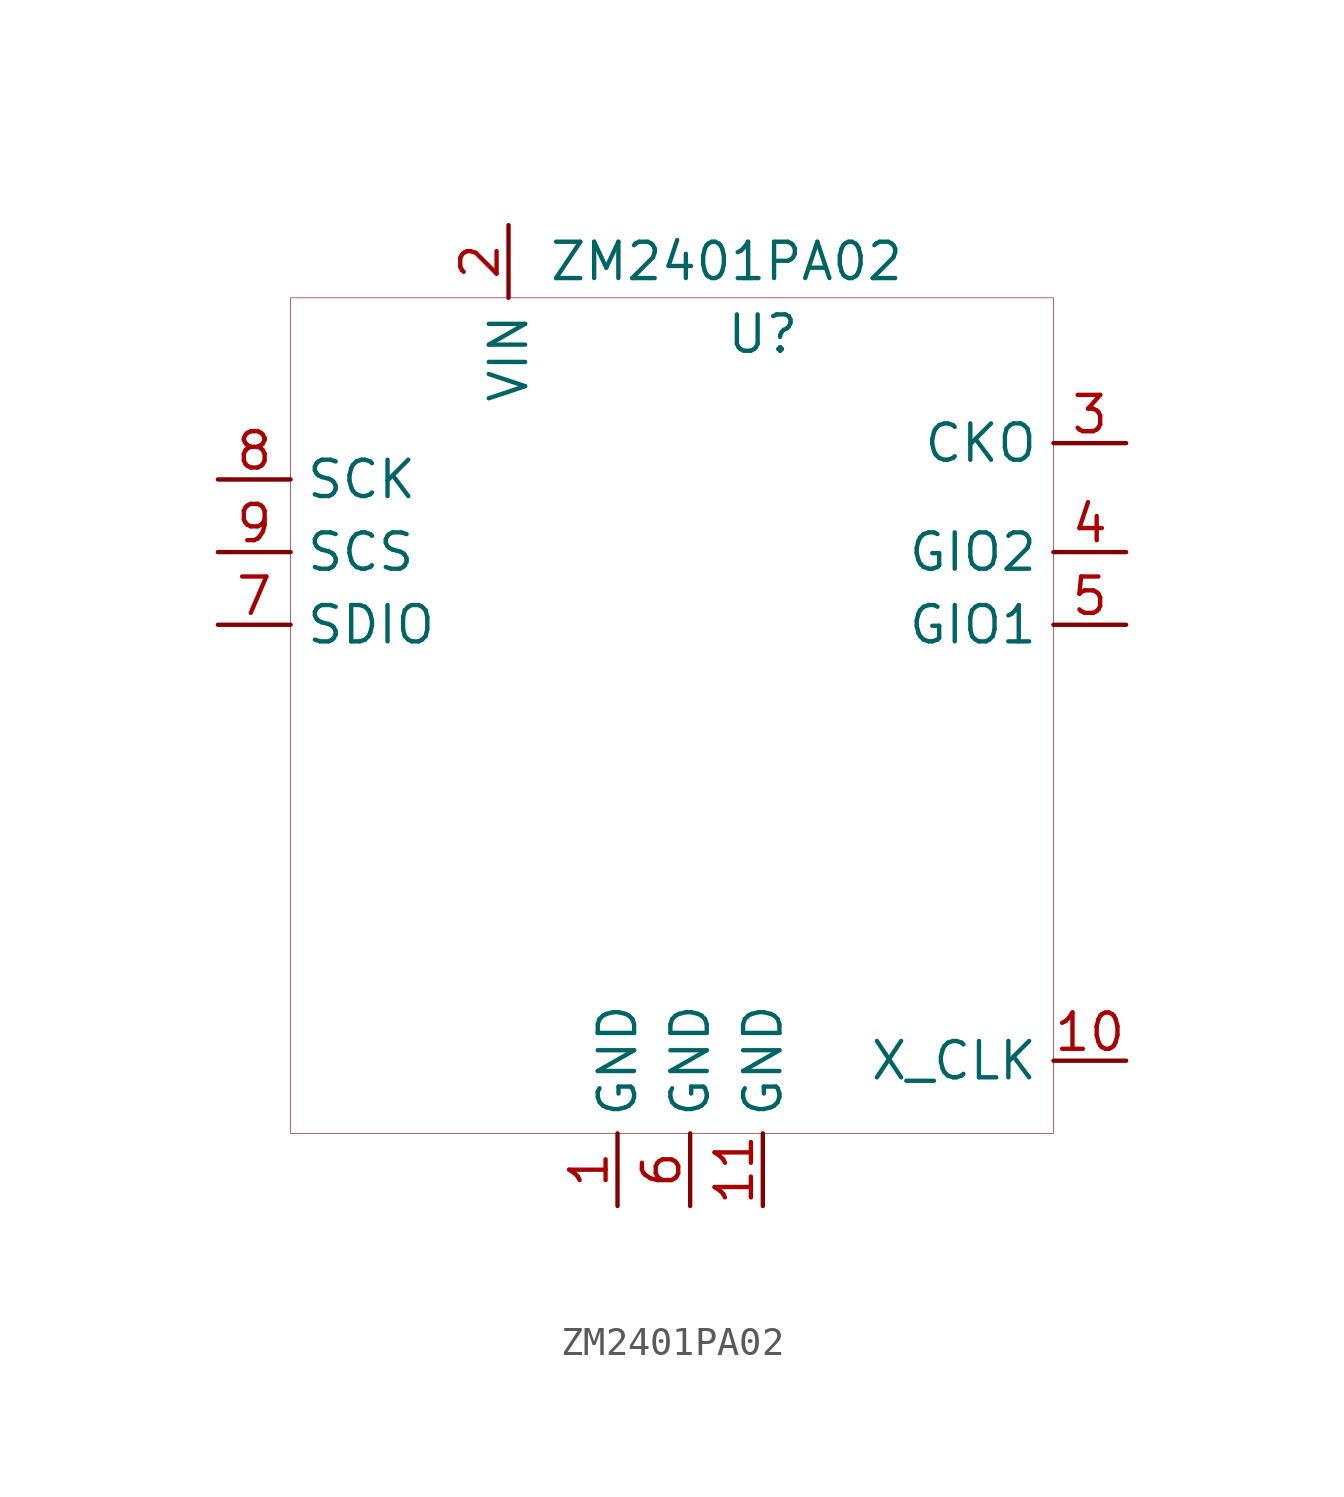
<source format=kicad_sym>
(kicad_symbol_lib
  (version 20200126)
  (host kicad_symbol_editor "5.99.0-unknown-bb1afb7~101~ubuntu18.04.1")
  (symbol "malenki-nanoz:ZM2401PA02"
    (property "Reference" "U"
      (at 2.54 11.43 0)
      (effects (font (size 1.27 1.27))))
    (property "Value" "ZM2401PA02"
      (at 1.27 13.97 0)
      (effects (font (size 1.27 1.27))))
    (symbol "ZM2401PA02_0_1"
      (rectangle (start -13.97 12.7) (end 12.7 -16.51) (stroke (width 0.001)) (fill (type none))))
    (symbol "ZM2401PA02_1_1"
      (pin power_in line (at -2.54 -19.05 90) (length 2.54) (name "GND" (effects (font (size 1.27 1.27)))) (number "1" (effects (font (size 1.27 1.27)))))
      (pin power_in line (at -6.35 15.24 270) (length 2.54) (name "VIN" (effects (font (size 1.27 1.27)))) (number "2" (effects (font (size 1.27 1.27)))))
      (pin output line (at 15.24 7.62 180) (length 2.54) (name "CKO" (effects (font (size 1.27 1.27)))) (number "3" (effects (font (size 1.27 1.27)))))
      (pin bidirectional line (at 15.24 3.81 180) (length 2.54) (name "GIO2" (effects (font (size 1.27 1.27)))) (number "4" (effects (font (size 1.27 1.27)))))
      (pin bidirectional line (at 15.24 1.27 180) (length 2.54) (name "GIO1" (effects (font (size 1.27 1.27)))) (number "5" (effects (font (size 1.27 1.27)))))
      (pin bidirectional line (at -16.51 1.27 0) (length 2.54) (name "SDIO" (effects (font (size 1.27 1.27)))) (number "7" (effects (font (size 1.27 1.27)))))
      (pin input line (at -16.51 6.35 0) (length 2.54) (name "SCK" (effects (font (size 1.27 1.27)))) (number "8" (effects (font (size 1.27 1.27)))))
      (pin input line (at -16.51 3.81 0) (length 2.54) (name "SCS" (effects (font (size 1.27 1.27)))) (number "9" (effects (font (size 1.27 1.27)))))
      (pin output line (at 15.24 -13.97 180) (length 2.54) (name "X_CLK" (effects (font (size 1.27 1.27)))) (number "10" (effects (font (size 1.27 1.27)))))
      (pin power_in line (at 0 -19.05 90) (length 2.54) (name "GND" (effects (font (size 1.27 1.27)))) (number "6" (effects (font (size 1.27 1.27)))))
      (pin power_in line (at 2.54 -19.05 90) (length 2.54) (name "GND" (effects (font (size 1.27 1.27)))) (number "11" (effects (font (size 1.27 1.27))))))))
</source>
